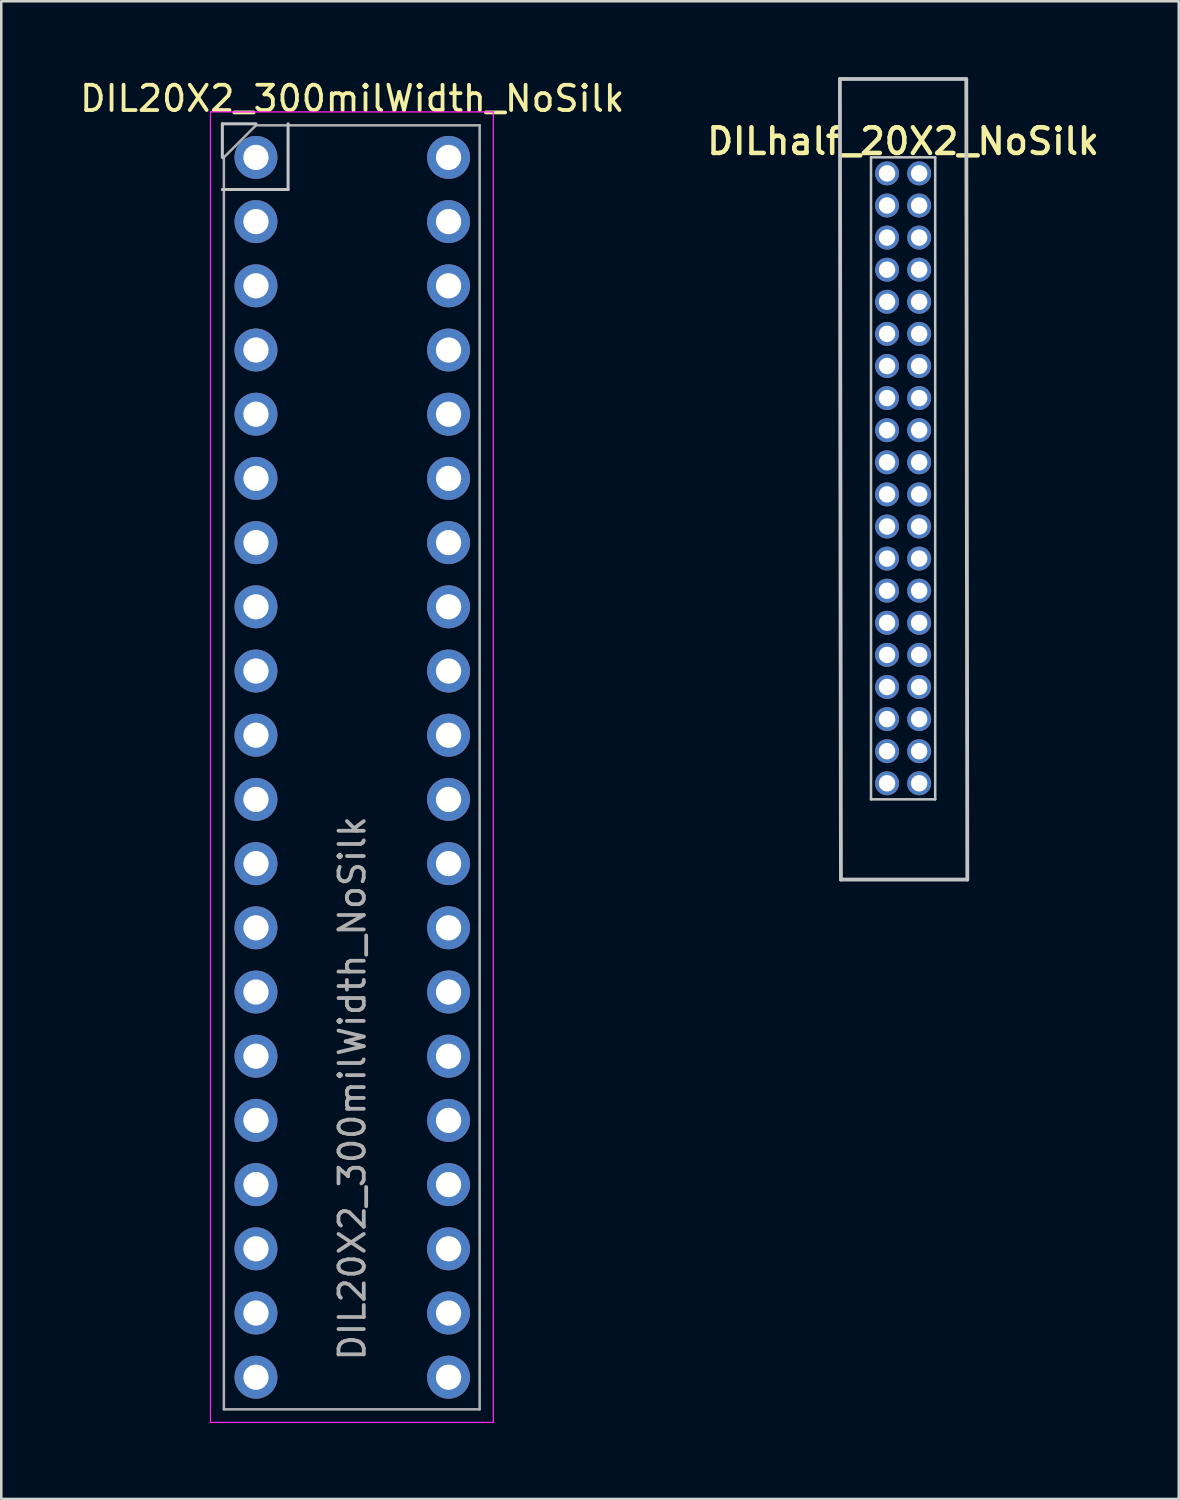
<source format=kicad_pcb>
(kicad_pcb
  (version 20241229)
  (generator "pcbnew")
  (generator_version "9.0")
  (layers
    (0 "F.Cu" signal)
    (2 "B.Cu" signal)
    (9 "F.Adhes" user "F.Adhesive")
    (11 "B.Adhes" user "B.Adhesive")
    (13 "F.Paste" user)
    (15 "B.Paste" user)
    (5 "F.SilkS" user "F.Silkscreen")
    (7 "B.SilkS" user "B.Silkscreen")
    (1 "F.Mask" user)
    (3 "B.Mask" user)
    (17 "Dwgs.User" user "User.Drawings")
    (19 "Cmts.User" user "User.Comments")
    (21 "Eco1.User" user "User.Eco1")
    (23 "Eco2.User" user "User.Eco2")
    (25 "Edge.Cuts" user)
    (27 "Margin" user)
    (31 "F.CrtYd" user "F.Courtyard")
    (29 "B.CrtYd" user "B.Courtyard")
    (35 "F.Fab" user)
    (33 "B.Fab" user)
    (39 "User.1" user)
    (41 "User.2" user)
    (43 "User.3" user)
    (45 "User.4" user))
  (footprint "DIL20X2_300milWidth_NoSilk"
    (layer "F.Cu")
    (at 10.887 27.308)
    (property "Reference" "DIL20X2_300milWidth_NoSilk" (at 0 -26.46 0) (layer "F.SilkS") (effects (font (size 1 1) (thickness 0.15))))
    (attr through_hole)
    (fp_line (start -5.14 -25.46) (end -3.81 -25.46) (stroke (width 0.12) (type solid)) (layer "Dwgs.User"))
    (fp_line (start -5.14 -24.13) (end -5.14 -25.46) (stroke (width 0.12) (type solid)) (layer "Dwgs.User"))
    (fp_line (start -5.14 -22.86) (end -2.54 -22.86) (stroke (width 0.12) (type solid)) (layer "Dwgs.User"))
    (fp_line (start -2.54 -22.86) (end -2.54 -25.46) (stroke (width 0.12) (type solid)) (layer "Dwgs.User"))
    (fp_line (start -5.61 -25.93) (end -5.61 25.92) (stroke (width 0.05) (type solid)) (layer "F.CrtYd"))
    (fp_line (start -5.61 25.92) (end 5.58 25.92) (stroke (width 0.05) (type solid)) (layer "F.CrtYd"))
    (fp_line (start 5.58 -25.93) (end -5.61 -25.93) (stroke (width 0.05) (type solid)) (layer "F.CrtYd"))
    (fp_line (start 5.58 25.92) (end 5.58 -25.93) (stroke (width 0.05) (type solid)) (layer "F.CrtYd"))
    (fp_line (start -5.08 -24.13) (end -3.81 -25.4) (stroke (width 0.1) (type solid)) (layer "F.Fab"))
    (fp_line (start -5.08 25.4) (end -5.08 -24.13) (stroke (width 0.1) (type solid)) (layer "F.Fab"))
    (fp_line (start -3.81 -25.4) (end 5.04 -25.4) (stroke (width 0.1) (type solid)) (layer "F.Fab"))
    (fp_line (start 5.04 -25.4) (end 5.04 25.4) (stroke (width 0.1) (type solid)) (layer "F.Fab"))
    (fp_line (start 5.04 25.4) (end -5.08 25.4) (stroke (width 0.1) (type solid)) (layer "F.Fab"))
    (fp_text user "${REFERENCE}" (at 0 12.7 90) (layer "F.Fab") (effects (font (size 1 1) (thickness 0.15))))
    (pad "1" thru_hole circle (at -3.81 -24.13) (size 1.7 1.7) (drill 1) (layers "*.Cu" "*.Mask"))
    (pad "2" thru_hole circle (at 3.81 -24.13) (size 1.7 1.7) (drill 1) (layers "*.Cu" "*.Mask"))
    (pad "3" thru_hole oval (at -3.81 -21.59) (size 1.7 1.7) (drill 1) (layers "*.Cu" "*.Mask"))
    (pad "4" thru_hole oval (at 3.81 -21.59) (size 1.7 1.7) (drill 1) (layers "*.Cu" "*.Mask"))
    (pad "5" thru_hole oval (at -3.81 -19.05) (size 1.7 1.7) (drill 1) (layers "*.Cu" "*.Mask"))
    (pad "6" thru_hole oval (at 3.81 -19.05) (size 1.7 1.7) (drill 1) (layers "*.Cu" "*.Mask"))
    (pad "7" thru_hole oval (at -3.81 -16.51) (size 1.7 1.7) (drill 1) (layers "*.Cu" "*.Mask"))
    (pad "8" thru_hole oval (at 3.81 -16.51) (size 1.7 1.7) (drill 1) (layers "*.Cu" "*.Mask"))
    (pad "9" thru_hole oval (at -3.81 -13.97) (size 1.7 1.7) (drill 1) (layers "*.Cu" "*.Mask"))
    (pad "10" thru_hole oval (at 3.81 -13.97) (size 1.7 1.7) (drill 1) (layers "*.Cu" "*.Mask"))
    (pad "11" thru_hole oval (at -3.81 -11.43) (size 1.7 1.7) (drill 1) (layers "*.Cu" "*.Mask"))
    (pad "12" thru_hole oval (at 3.81 -11.43) (size 1.7 1.7) (drill 1) (layers "*.Cu" "*.Mask"))
    (pad "13" thru_hole oval (at -3.81 -8.89) (size 1.7 1.7) (drill 1) (layers "*.Cu" "*.Mask"))
    (pad "14" thru_hole oval (at 3.81 -8.89) (size 1.7 1.7) (drill 1) (layers "*.Cu" "*.Mask"))
    (pad "15" thru_hole oval (at -3.81 -6.35) (size 1.7 1.7) (drill 1) (layers "*.Cu" "*.Mask"))
    (pad "16" thru_hole oval (at 3.81 -6.35) (size 1.7 1.7) (drill 1) (layers "*.Cu" "*.Mask"))
    (pad "17" thru_hole oval (at -3.81 -3.81) (size 1.7 1.7) (drill 1) (layers "*.Cu" "*.Mask"))
    (pad "18" thru_hole oval (at 3.81 -3.81) (size 1.7 1.7) (drill 1) (layers "*.Cu" "*.Mask"))
    (pad "19" thru_hole oval (at -3.81 -1.27) (size 1.7 1.7) (drill 1) (layers "*.Cu" "*.Mask"))
    (pad "20" thru_hole oval (at 3.81 -1.27) (size 1.7 1.7) (drill 1) (layers "*.Cu" "*.Mask"))
    (pad "21" thru_hole oval (at -3.81 1.27) (size 1.7 1.7) (drill 1) (layers "*.Cu" "*.Mask"))
    (pad "22" thru_hole oval (at 3.81 1.27) (size 1.7 1.7) (drill 1) (layers "*.Cu" "*.Mask"))
    (pad "23" thru_hole oval (at -3.81 3.81) (size 1.7 1.7) (drill 1) (layers "*.Cu" "*.Mask"))
    (pad "24" thru_hole oval (at 3.81 3.81) (size 1.7 1.7) (drill 1) (layers "*.Cu" "*.Mask"))
    (pad "25" thru_hole oval (at -3.81 6.35) (size 1.7 1.7) (drill 1) (layers "*.Cu" "*.Mask"))
    (pad "26" thru_hole oval (at 3.81 6.35) (size 1.7 1.7) (drill 1) (layers "*.Cu" "*.Mask"))
    (pad "27" thru_hole oval (at -3.81 8.89) (size 1.7 1.7) (drill 1) (layers "*.Cu" "*.Mask"))
    (pad "28" thru_hole oval (at 3.81 8.89) (size 1.7 1.7) (drill 1) (layers "*.Cu" "*.Mask"))
    (pad "29" thru_hole oval (at -3.81 11.43) (size 1.7 1.7) (drill 1) (layers "*.Cu" "*.Mask"))
    (pad "30" thru_hole oval (at 3.81 11.43) (size 1.7 1.7) (drill 1) (layers "*.Cu" "*.Mask"))
    (pad "31" thru_hole oval (at -3.81 13.97) (size 1.7 1.7) (drill 1) (layers "*.Cu" "*.Mask"))
    (pad "32" thru_hole oval (at 3.81 13.97) (size 1.7 1.7) (drill 1) (layers "*.Cu" "*.Mask"))
    (pad "33" thru_hole oval (at -3.81 16.51) (size 1.7 1.7) (drill 1) (layers "*.Cu" "*.Mask"))
    (pad "34" thru_hole oval (at 3.81 16.51) (size 1.7 1.7) (drill 1) (layers "*.Cu" "*.Mask"))
    (pad "35" thru_hole oval (at -3.81 19.05) (size 1.7 1.7) (drill 1) (layers "*.Cu" "*.Mask"))
    (pad "36" thru_hole oval (at 3.81 19.05) (size 1.7 1.7) (drill 1) (layers "*.Cu" "*.Mask"))
    (pad "37" thru_hole oval (at -3.81 21.59) (size 1.7 1.7) (drill 1) (layers "*.Cu" "*.Mask"))
    (pad "38" thru_hole oval (at 3.81 21.59) (size 1.7 1.7) (drill 1) (layers "*.Cu" "*.Mask"))
    (pad "39" thru_hole oval (at -3.81 24.13) (size 1.7 1.7) (drill 1) (layers "*.Cu" "*.Mask"))
    (pad "40" thru_hole oval (at 3.81 24.13) (size 1.7 1.7) (drill 1) (layers "*.Cu" "*.Mask")))
  (footprint "DILhalf_20X2_NoSilk"
    (layer "F.Cu")
    (at 32.68 15.875)
    (property "Reference" "DILhalf_20X2_NoSilk" (at 0 -13.335 0) (layer "F.SilkS") (effects (font (size 1.016 1.016) (thickness 0.178))))
    (attr through_hole)
    (fp_line (start -2.5 -15.8) (end -2.46 15.875) (stroke (width 0.15) (type solid)) (layer "Dwgs.User"))
    (fp_line (start -2.46 15.875) (end 2.54 15.875) (stroke (width 0.15) (type solid)) (layer "Dwgs.User"))
    (fp_line (start -1.27 -12.7) (end 1.27 -12.7) (stroke (width 0.1) (type solid)) (layer "Dwgs.User"))
    (fp_line (start -1.27 12.7) (end -1.27 -12.7) (stroke (width 0.1) (type solid)) (layer "Dwgs.User"))
    (fp_line (start 1.27 -12.7) (end 1.27 12.7) (stroke (width 0.1) (type solid)) (layer "Dwgs.User"))
    (fp_line (start 1.27 12.7) (end -1.27 12.7) (stroke (width 0.1) (type solid)) (layer "Dwgs.User"))
    (fp_line (start 2.5 -15.8) (end -2.5 -15.8) (stroke (width 0.15) (type solid)) (layer "Dwgs.User"))
    (fp_line (start 2.54 15.875) (end 2.5 -15.8) (stroke (width 0.15) (type solid)) (layer "Dwgs.User"))
    (pad "1" thru_hole circle (at -0.635 -12.065) (size 0.95 0.95) (drill 0.65) (layers "*.Cu" "*.Mask"))
    (pad "2" thru_hole circle (at 0.635 -12.065) (size 0.95 0.95) (drill 0.65) (layers "*.Cu" "*.Mask"))
    (pad "3" thru_hole circle (at -0.635 -10.795) (size 0.95 0.95) (drill 0.65) (layers "*.Cu" "*.Mask"))
    (pad "4" thru_hole circle (at 0.635 -10.795) (size 0.95 0.95) (drill 0.65) (layers "*.Cu" "*.Mask"))
    (pad "5" thru_hole circle (at -0.635 -9.525) (size 0.95 0.95) (drill 0.65) (layers "*.Cu" "*.Mask"))
    (pad "6" thru_hole circle (at 0.635 -9.525) (size 0.95 0.95) (drill 0.65) (layers "*.Cu" "*.Mask"))
    (pad "7" thru_hole circle (at -0.635 -8.255) (size 0.95 0.95) (drill 0.65) (layers "*.Cu" "*.Mask"))
    (pad "8" thru_hole circle (at 0.635 -8.255) (size 0.95 0.95) (drill 0.65) (layers "*.Cu" "*.Mask"))
    (pad "9" thru_hole circle (at -0.635 -6.985) (size 0.95 0.95) (drill 0.65) (layers "*.Cu" "*.Mask"))
    (pad "10" thru_hole circle (at 0.635 -6.985) (size 0.95 0.95) (drill 0.65) (layers "*.Cu" "*.Mask"))
    (pad "11" thru_hole circle (at -0.635 -5.715) (size 0.95 0.95) (drill 0.65) (layers "*.Cu" "*.Mask"))
    (pad "12" thru_hole circle (at 0.635 -5.715) (size 0.95 0.95) (drill 0.65) (layers "*.Cu" "*.Mask"))
    (pad "13" thru_hole circle (at -0.635 -4.445) (size 0.95 0.95) (drill 0.65) (layers "*.Cu" "*.Mask"))
    (pad "14" thru_hole circle (at 0.635 -4.445) (size 0.95 0.95) (drill 0.65) (layers "*.Cu" "*.Mask"))
    (pad "15" thru_hole circle (at -0.635 -3.175) (size 0.95 0.95) (drill 0.65) (layers "*.Cu" "*.Mask"))
    (pad "16" thru_hole circle (at 0.635 -3.175) (size 0.95 0.95) (drill 0.65) (layers "*.Cu" "*.Mask"))
    (pad "17" thru_hole circle (at -0.635 -1.905) (size 0.95 0.95) (drill 0.65) (layers "*.Cu" "*.Mask"))
    (pad "18" thru_hole circle (at 0.635 -1.905) (size 0.95 0.95) (drill 0.65) (layers "*.Cu" "*.Mask"))
    (pad "19" thru_hole circle (at -0.635 -0.635) (size 0.95 0.95) (drill 0.65) (layers "*.Cu" "*.Mask"))
    (pad "20" thru_hole circle (at 0.635 -0.635) (size 0.95 0.95) (drill 0.65) (layers "*.Cu" "*.Mask"))
    (pad "21" thru_hole circle (at -0.635 0.635) (size 0.95 0.95) (drill 0.65) (layers "*.Cu" "*.Mask"))
    (pad "22" thru_hole circle (at 0.635 0.635) (size 0.95 0.95) (drill 0.65) (layers "*.Cu" "*.Mask"))
    (pad "23" thru_hole circle (at -0.635 1.905) (size 0.95 0.95) (drill 0.65) (layers "*.Cu" "*.Mask"))
    (pad "24" thru_hole circle (at 0.635 1.905) (size 0.95 0.95) (drill 0.65) (layers "*.Cu" "*.Mask"))
    (pad "25" thru_hole circle (at -0.635 3.175) (size 0.95 0.95) (drill 0.65) (layers "*.Cu" "*.Mask"))
    (pad "26" thru_hole circle (at 0.635 3.175) (size 0.95 0.95) (drill 0.65) (layers "*.Cu" "*.Mask"))
    (pad "27" thru_hole circle (at -0.635 4.445) (size 0.95 0.95) (drill 0.65) (layers "*.Cu" "*.Mask"))
    (pad "28" thru_hole circle (at 0.635 4.445) (size 0.95 0.95) (drill 0.65) (layers "*.Cu" "*.Mask"))
    (pad "29" thru_hole circle (at -0.635 5.715) (size 0.95 0.95) (drill 0.65) (layers "*.Cu" "*.Mask"))
    (pad "30" thru_hole circle (at 0.635 5.715) (size 0.95 0.95) (drill 0.65) (layers "*.Cu" "*.Mask"))
    (pad "31" thru_hole circle (at -0.635 6.985) (size 0.95 0.95) (drill 0.65) (layers "*.Cu" "*.Mask"))
    (pad "32" thru_hole circle (at 0.635 6.985) (size 0.95 0.95) (drill 0.65) (layers "*.Cu" "*.Mask"))
    (pad "33" thru_hole circle (at -0.635 8.255) (size 0.95 0.95) (drill 0.65) (layers "*.Cu" "*.Mask"))
    (pad "34" thru_hole circle (at 0.635 8.255) (size 0.95 0.95) (drill 0.65) (layers "*.Cu" "*.Mask"))
    (pad "35" thru_hole circle (at -0.635 9.525) (size 0.95 0.95) (drill 0.65) (layers "*.Cu" "*.Mask"))
    (pad "36" thru_hole circle (at 0.635 9.525) (size 0.95 0.95) (drill 0.65) (layers "*.Cu" "*.Mask"))
    (pad "37" thru_hole circle (at -0.635 10.795) (size 0.95 0.95) (drill 0.65) (layers "*.Cu" "*.Mask"))
    (pad "38" thru_hole circle (at 0.635 10.795) (size 0.95 0.95) (drill 0.65) (layers "*.Cu" "*.Mask"))
    (pad "39" thru_hole circle (at -0.635 12.065) (size 0.95 0.95) (drill 0.65) (layers "*.Cu" "*.Mask"))
    (pad "40" thru_hole circle (at 0.635 12.065) (size 0.95 0.95) (drill 0.65) (layers "*.Cu" "*.Mask")))
  (gr_rect
    (start -3 -3)
    (end 43.586 56.253)
    (stroke (width 0.1) (type default))
    (fill no)
    (layer "Edge.Cuts")))
</source>
